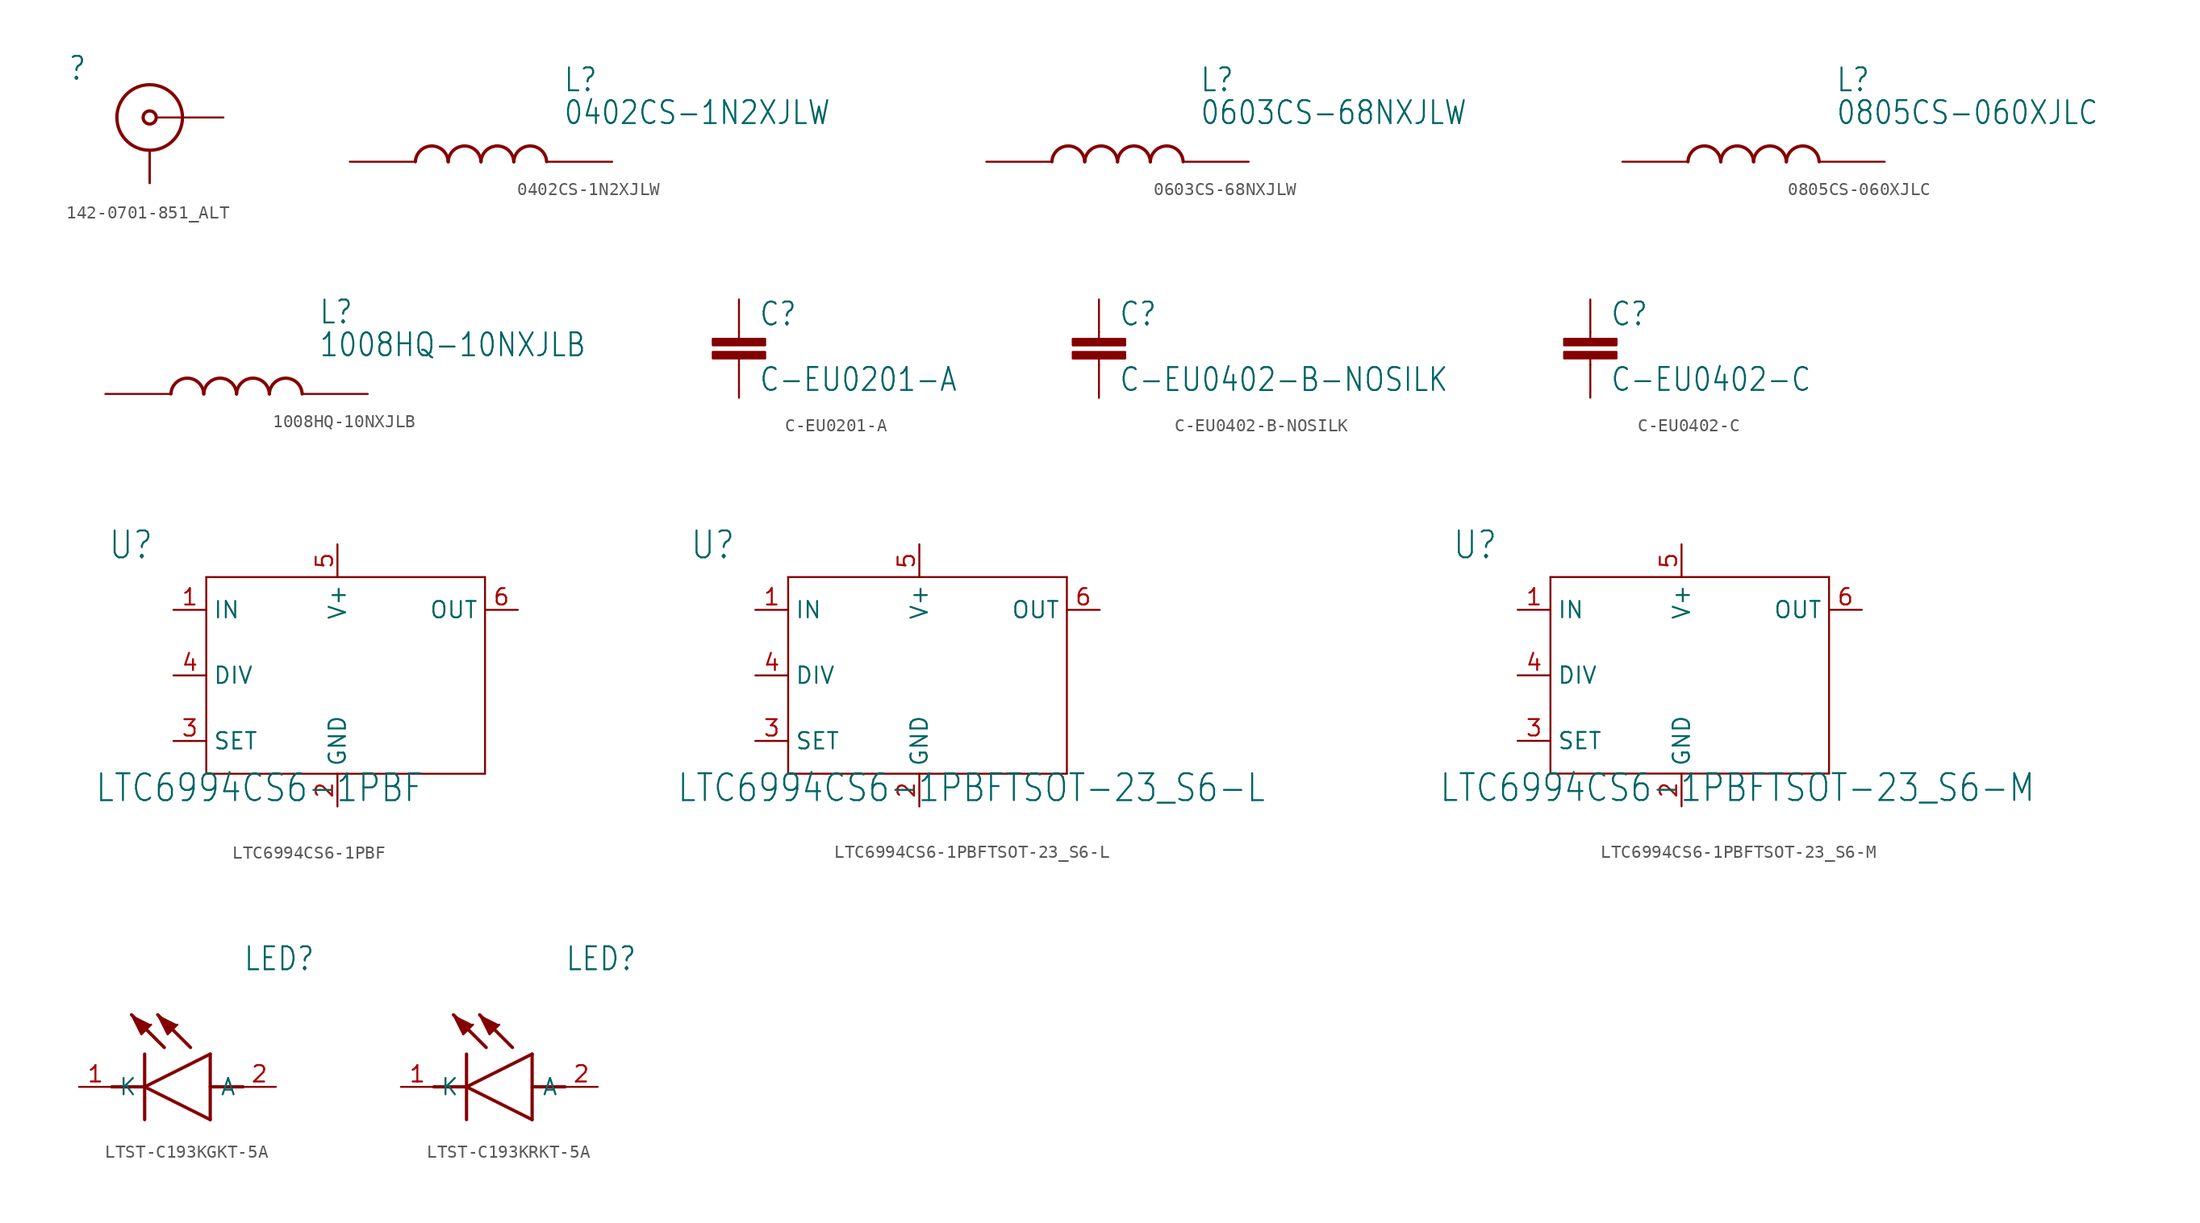
<source format=kicad_sym>
(kicad_symbol_lib
  (version 20211014)
  (generator kicad_symbol_editor)
  (symbol "142-0701-851_ALT"
    (property "Reference" ""
      (at -6.35 3.81 0)
      (effects (font (size 1.778 1.511)) (justify left)))
    (property "ki_locked" ""
      (at 0 0 0)
      (effects (font (size 1.27 1.27))))
    (symbol "142-0701-851_ALT_1_0"
      (circle (center 0 0) (radius 0.508) (stroke (width 0.254) (type default) (color 0 0 0 0)) (fill (type none)))
      (circle (center 0 0) (radius 2.54) (stroke (width 0.254) (type default) (color 0 0 0 0)) (fill (type none)))
      (pin bidirectional line (at 0 -5.08 90) (length 2.54) (name "GND" (effects (font (size 0 0)))) (number "GND1" (effects (font (size 0 0)))))
      (pin bidirectional line (at 0 -5.08 90) (length 2.54) (name "GND" (effects (font (size 0 0)))) (number "GND2" (effects (font (size 0 0)))))
      (pin bidirectional line (at 0 -5.08 90) (length 2.54) (name "GND" (effects (font (size 0 0)))) (number "GND3" (effects (font (size 0 0)))))
      (pin bidirectional line (at 0 -5.08 90) (length 2.54) (name "GND" (effects (font (size 0 0)))) (number "GND4" (effects (font (size 0 0)))))
      (pin bidirectional line (at 5.715 0 180) (length 5.08) (name "CTR" (effects (font (size 0 0)))) (number "RF1" (effects (font (size 0 0)))))))
  (symbol "0402CS-1N2XJLW"
    (property "Reference" "L"
      (at 16.51 6.35 0)
      (effects (font (size 1.778 1.511)) (justify left)))
    (property "Value" "0402CS-1N2XJLW"
      (at 16.51 3.81 0)
      (effects (font (size 1.778 1.511)) (justify left)))
    (property "ki_locked" ""
      (at 0 0 0)
      (effects (font (size 1.27 1.27))))
    (symbol "0402CS-1N2XJLW_1_0"
      (arc (start 7.62 0) (mid 6.35 1.22) (end 5.08 0) (stroke (width 0.254) (type default) (color 0 0 0 0)) (fill (type none)))
      (arc (start 10.16 0) (mid 8.89 1.22) (end 7.62 0) (stroke (width 0.254) (type default) (color 0 0 0 0)) (fill (type none)))
      (arc (start 12.7 0) (mid 11.43 1.22) (end 10.16 0) (stroke (width 0.254) (type default) (color 0 0 0 0)) (fill (type none)))
      (arc (start 15.24 0) (mid 13.97 1.22) (end 12.7 0) (stroke (width 0.254) (type default) (color 0 0 0 0)) (fill (type none)))
      (pin bidirectional line (at 0 0 0) (length 5.08) (name "1" (effects (font (size 0 0)))) (number "1" (effects (font (size 0 0)))))
      (pin bidirectional line (at 20.32 0 180) (length 5.08) (name "2" (effects (font (size 0 0)))) (number "2" (effects (font (size 0 0)))))))
  (symbol "0603CS-68NXJLW"
    (property "Reference" "L"
      (at 16.51 6.35 0)
      (effects (font (size 1.778 1.511)) (justify left)))
    (property "Value" "0603CS-68NXJLW"
      (at 16.51 3.81 0)
      (effects (font (size 1.778 1.511)) (justify left)))
    (property "ki_locked" ""
      (at 0 0 0)
      (effects (font (size 1.27 1.27))))
    (symbol "0603CS-68NXJLW_1_0"
      (arc (start 7.62 0) (mid 6.35 1.22) (end 5.08 0) (stroke (width 0.254) (type default) (color 0 0 0 0)) (fill (type none)))
      (arc (start 10.16 0) (mid 8.89 1.22) (end 7.62 0) (stroke (width 0.254) (type default) (color 0 0 0 0)) (fill (type none)))
      (arc (start 12.7 0) (mid 11.43 1.22) (end 10.16 0) (stroke (width 0.254) (type default) (color 0 0 0 0)) (fill (type none)))
      (arc (start 15.24 0) (mid 13.97 1.22) (end 12.7 0) (stroke (width 0.254) (type default) (color 0 0 0 0)) (fill (type none)))
      (pin bidirectional line (at 0 0 0) (length 5.08) (name "1" (effects (font (size 0 0)))) (number "1" (effects (font (size 0 0)))))
      (pin bidirectional line (at 20.32 0 180) (length 5.08) (name "2" (effects (font (size 0 0)))) (number "2" (effects (font (size 0 0)))))))
  (symbol "0805CS-060XJLC"
    (property "Reference" "L"
      (at 16.51 6.35 0)
      (effects (font (size 1.778 1.511)) (justify left)))
    (property "Value" "0805CS-060XJLC"
      (at 16.51 3.81 0)
      (effects (font (size 1.778 1.511)) (justify left)))
    (property "ki_locked" ""
      (at 0 0 0)
      (effects (font (size 1.27 1.27))))
    (symbol "0805CS-060XJLC_1_0"
      (arc (start 7.62 0) (mid 6.35 1.22) (end 5.08 0) (stroke (width 0.254) (type default) (color 0 0 0 0)) (fill (type none)))
      (arc (start 10.16 0) (mid 8.89 1.22) (end 7.62 0) (stroke (width 0.254) (type default) (color 0 0 0 0)) (fill (type none)))
      (arc (start 12.7 0) (mid 11.43 1.22) (end 10.16 0) (stroke (width 0.254) (type default) (color 0 0 0 0)) (fill (type none)))
      (arc (start 15.24 0) (mid 13.97 1.22) (end 12.7 0) (stroke (width 0.254) (type default) (color 0 0 0 0)) (fill (type none)))
      (pin bidirectional line (at 0 0 0) (length 5.08) (name "1" (effects (font (size 0 0)))) (number "1" (effects (font (size 0 0)))))
      (pin bidirectional line (at 20.32 0 180) (length 5.08) (name "2" (effects (font (size 0 0)))) (number "2" (effects (font (size 0 0)))))))
  (symbol "1008HQ-10NXJLB"
    (property "Reference" "L"
      (at 16.51 6.35 0)
      (effects (font (size 1.778 1.511)) (justify left)))
    (property "Value" "1008HQ-10NXJLB"
      (at 16.51 3.81 0)
      (effects (font (size 1.778 1.511)) (justify left)))
    (property "ki_locked" ""
      (at 0 0 0)
      (effects (font (size 1.27 1.27))))
    (symbol "1008HQ-10NXJLB_1_0"
      (arc (start 7.62 0) (mid 6.35 1.22) (end 5.08 0) (stroke (width 0.254) (type default) (color 0 0 0 0)) (fill (type none)))
      (arc (start 10.16 0) (mid 8.89 1.22) (end 7.62 0) (stroke (width 0.254) (type default) (color 0 0 0 0)) (fill (type none)))
      (arc (start 12.7 0) (mid 11.43 1.22) (end 10.16 0) (stroke (width 0.254) (type default) (color 0 0 0 0)) (fill (type none)))
      (arc (start 15.24 0) (mid 13.97 1.22) (end 12.7 0) (stroke (width 0.254) (type default) (color 0 0 0 0)) (fill (type none)))
      (pin bidirectional line (at 0 0 0) (length 5.08) (name "1" (effects (font (size 0 0)))) (number "1" (effects (font (size 0 0)))))
      (pin bidirectional line (at 20.32 0 180) (length 5.08) (name "2" (effects (font (size 0 0)))) (number "2" (effects (font (size 0 0)))))))
  (symbol "C-EU0201-A"
    (property "Reference" "C"
      (at 1.524 0.381 0)
      (effects (font (size 1.778 1.511)) (justify left bottom)))
    (property "Value" "C-EU0201-A"
      (at 1.524 -4.699 0)
      (effects (font (size 1.778 1.511)) (justify left bottom)))
    (property "ki_locked" ""
      (at 0 0 0)
      (effects (font (size 1.27 1.27))))
    (symbol "C-EU0201-A_1_0"
      (rectangle (start -2.032 -2.032) (end 2.032 -1.524) (stroke (width 0) (type default) (color 0 0 0 0)) (fill (type outline)))
      (rectangle (start -2.032 -1.016) (end 2.032 -0.508) (stroke (width 0) (type default) (color 0 0 0 0)) (fill (type outline)))
      (polyline (pts (xy 0 -2.54) (xy 0 -2.032)) (stroke (width 0.152) (type default) (color 0 0 0 0)) (fill (type none)))
      (polyline (pts (xy 0 0) (xy 0 -0.508)) (stroke (width 0.152) (type default) (color 0 0 0 0)) (fill (type none)))
      (pin passive line (at 0 2.54 270) (length 2.54) (name "1" (effects (font (size 0 0)))) (number "1" (effects (font (size 0 0)))))
      (pin passive line (at 0 -5.08 90) (length 2.54) (name "2" (effects (font (size 0 0)))) (number "2" (effects (font (size 0 0)))))))
  (symbol "C-EU0402-B-NOSILK"
    (property "Reference" "C"
      (at 1.524 0.381 0)
      (effects (font (size 1.778 1.511)) (justify left bottom)))
    (property "Value" "C-EU0402-B-NOSILK"
      (at 1.524 -4.699 0)
      (effects (font (size 1.778 1.511)) (justify left bottom)))
    (property "ki_locked" ""
      (at 0 0 0)
      (effects (font (size 1.27 1.27))))
    (symbol "C-EU0402-B-NOSILK_1_0"
      (rectangle (start -2.032 -2.032) (end 2.032 -1.524) (stroke (width 0) (type default) (color 0 0 0 0)) (fill (type outline)))
      (rectangle (start -2.032 -1.016) (end 2.032 -0.508) (stroke (width 0) (type default) (color 0 0 0 0)) (fill (type outline)))
      (polyline (pts (xy 0 -2.54) (xy 0 -2.032)) (stroke (width 0.152) (type default) (color 0 0 0 0)) (fill (type none)))
      (polyline (pts (xy 0 0) (xy 0 -0.508)) (stroke (width 0.152) (type default) (color 0 0 0 0)) (fill (type none)))
      (pin passive line (at 0 2.54 270) (length 2.54) (name "1" (effects (font (size 0 0)))) (number "1" (effects (font (size 0 0)))))
      (pin passive line (at 0 -5.08 90) (length 2.54) (name "2" (effects (font (size 0 0)))) (number "2" (effects (font (size 0 0)))))))
  (symbol "C-EU0402-C"
    (property "Reference" "C"
      (at 1.524 0.381 0)
      (effects (font (size 1.778 1.511)) (justify left bottom)))
    (property "Value" "C-EU0402-C"
      (at 1.524 -4.699 0)
      (effects (font (size 1.778 1.511)) (justify left bottom)))
    (property "ki_locked" ""
      (at 0 0 0)
      (effects (font (size 1.27 1.27))))
    (symbol "C-EU0402-C_1_0"
      (rectangle (start -2.032 -2.032) (end 2.032 -1.524) (stroke (width 0) (type default) (color 0 0 0 0)) (fill (type outline)))
      (rectangle (start -2.032 -1.016) (end 2.032 -0.508) (stroke (width 0) (type default) (color 0 0 0 0)) (fill (type outline)))
      (polyline (pts (xy 0 -2.54) (xy 0 -2.032)) (stroke (width 0.152) (type default) (color 0 0 0 0)) (fill (type none)))
      (polyline (pts (xy 0 0) (xy 0 -0.508)) (stroke (width 0.152) (type default) (color 0 0 0 0)) (fill (type none)))
      (pin passive line (at 0 2.54 270) (length 2.54) (name "1" (effects (font (size 0 0)))) (number "1" (effects (font (size 0 0)))))
      (pin passive line (at 0 -5.08 90) (length 2.54) (name "2" (effects (font (size 0 0)))) (number "2" (effects (font (size 0 0)))))))
  (symbol "LTC6994CS6-1PBF"
    (property "Reference" "U"
      (at -17.78 8.89 0)
      (effects (font (size 2.083 1.77)) (justify left bottom)))
    (property "Value" "LTC6994CS6-1PBF"
      (at -18.821 -9.931 0)
      (effects (font (size 2.083 1.77)) (justify left bottom)))
    (property "ki_locked" ""
      (at 0 0 0)
      (effects (font (size 1.27 1.27))))
    (symbol "LTC6994CS6-1PBF_1_0"
      (polyline (pts (xy -10.16 -7.62) (xy 11.43 -7.62)) (stroke (width 0.152) (type default) (color 0 0 0 0)) (fill (type none)))
      (polyline (pts (xy -10.16 7.62) (xy -10.16 -7.62)) (stroke (width 0.152) (type default) (color 0 0 0 0)) (fill (type none)))
      (polyline (pts (xy 11.43 -7.62) (xy 11.43 7.62)) (stroke (width 0.152) (type default) (color 0 0 0 0)) (fill (type none)))
      (polyline (pts (xy 11.43 7.62) (xy -10.16 7.62)) (stroke (width 0.152) (type default) (color 0 0 0 0)) (fill (type none)))
      (pin input line (at -12.7 5.08 0) (length 2.54) (name "IN" (effects (font (size 1.27 1.27)))) (number "1" (effects (font (size 1.27 1.27)))))
      (pin power_in line (at 0 -10.16 90) (length 2.54) (name "GND" (effects (font (size 1.27 1.27)))) (number "2" (effects (font (size 1.27 1.27)))))
      (pin input line (at -12.7 -5.08 0) (length 2.54) (name "SET" (effects (font (size 1.27 1.27)))) (number "3" (effects (font (size 1.27 1.27)))))
      (pin input line (at -12.7 0 0) (length 2.54) (name "DIV" (effects (font (size 1.27 1.27)))) (number "4" (effects (font (size 1.27 1.27)))))
      (pin power_in line (at 0 10.16 270) (length 2.54) (name "V+" (effects (font (size 1.27 1.27)))) (number "5" (effects (font (size 1.27 1.27)))))
      (pin output line (at 13.97 5.08 180) (length 2.54) (name "OUT" (effects (font (size 1.27 1.27)))) (number "6" (effects (font (size 1.27 1.27)))))))
  (symbol "LTC6994CS6-1PBFTSOT-23_S6-L"
    (property "Reference" "U"
      (at -17.78 8.89 0)
      (effects (font (size 2.083 1.77)) (justify left bottom)))
    (property "Value" "LTC6994CS6-1PBFTSOT-23_S6-L"
      (at -18.821 -9.931 0)
      (effects (font (size 2.083 1.77)) (justify left bottom)))
    (property "ki_locked" ""
      (at 0 0 0)
      (effects (font (size 1.27 1.27))))
    (symbol "LTC6994CS6-1PBFTSOT-23_S6-L_1_0"
      (polyline (pts (xy -10.16 -7.62) (xy 11.43 -7.62)) (stroke (width 0.152) (type default) (color 0 0 0 0)) (fill (type none)))
      (polyline (pts (xy -10.16 7.62) (xy -10.16 -7.62)) (stroke (width 0.152) (type default) (color 0 0 0 0)) (fill (type none)))
      (polyline (pts (xy 11.43 -7.62) (xy 11.43 7.62)) (stroke (width 0.152) (type default) (color 0 0 0 0)) (fill (type none)))
      (polyline (pts (xy 11.43 7.62) (xy -10.16 7.62)) (stroke (width 0.152) (type default) (color 0 0 0 0)) (fill (type none)))
      (pin input line (at -12.7 5.08 0) (length 2.54) (name "IN" (effects (font (size 1.27 1.27)))) (number "1" (effects (font (size 1.27 1.27)))))
      (pin power_in line (at 0 -10.16 90) (length 2.54) (name "GND" (effects (font (size 1.27 1.27)))) (number "2" (effects (font (size 1.27 1.27)))))
      (pin input line (at -12.7 -5.08 0) (length 2.54) (name "SET" (effects (font (size 1.27 1.27)))) (number "3" (effects (font (size 1.27 1.27)))))
      (pin input line (at -12.7 0 0) (length 2.54) (name "DIV" (effects (font (size 1.27 1.27)))) (number "4" (effects (font (size 1.27 1.27)))))
      (pin power_in line (at 0 10.16 270) (length 2.54) (name "V+" (effects (font (size 1.27 1.27)))) (number "5" (effects (font (size 1.27 1.27)))))
      (pin output line (at 13.97 5.08 180) (length 2.54) (name "OUT" (effects (font (size 1.27 1.27)))) (number "6" (effects (font (size 1.27 1.27)))))))
  (symbol "LTC6994CS6-1PBFTSOT-23_S6-M"
    (property "Reference" "U"
      (at -17.78 8.89 0)
      (effects (font (size 2.083 1.77)) (justify left bottom)))
    (property "Value" "LTC6994CS6-1PBFTSOT-23_S6-M"
      (at -18.821 -9.931 0)
      (effects (font (size 2.083 1.77)) (justify left bottom)))
    (property "ki_locked" ""
      (at 0 0 0)
      (effects (font (size 1.27 1.27))))
    (symbol "LTC6994CS6-1PBFTSOT-23_S6-M_1_0"
      (polyline (pts (xy -10.16 -7.62) (xy 11.43 -7.62)) (stroke (width 0.152) (type default) (color 0 0 0 0)) (fill (type none)))
      (polyline (pts (xy -10.16 7.62) (xy -10.16 -7.62)) (stroke (width 0.152) (type default) (color 0 0 0 0)) (fill (type none)))
      (polyline (pts (xy 11.43 -7.62) (xy 11.43 7.62)) (stroke (width 0.152) (type default) (color 0 0 0 0)) (fill (type none)))
      (polyline (pts (xy 11.43 7.62) (xy -10.16 7.62)) (stroke (width 0.152) (type default) (color 0 0 0 0)) (fill (type none)))
      (pin input line (at -12.7 5.08 0) (length 2.54) (name "IN" (effects (font (size 1.27 1.27)))) (number "1" (effects (font (size 1.27 1.27)))))
      (pin power_in line (at 0 -10.16 90) (length 2.54) (name "GND" (effects (font (size 1.27 1.27)))) (number "2" (effects (font (size 1.27 1.27)))))
      (pin input line (at -12.7 -5.08 0) (length 2.54) (name "SET" (effects (font (size 1.27 1.27)))) (number "3" (effects (font (size 1.27 1.27)))))
      (pin input line (at -12.7 0 0) (length 2.54) (name "DIV" (effects (font (size 1.27 1.27)))) (number "4" (effects (font (size 1.27 1.27)))))
      (pin power_in line (at 0 10.16 270) (length 2.54) (name "V+" (effects (font (size 1.27 1.27)))) (number "5" (effects (font (size 1.27 1.27)))))
      (pin output line (at 13.97 5.08 180) (length 2.54) (name "OUT" (effects (font (size 1.27 1.27)))) (number "6" (effects (font (size 1.27 1.27)))))))
  (symbol "LTST-C193KGKT-5A"
    (property "Reference" "LED"
      (at 12.7 8.89 0)
      (effects (font (size 1.778 1.511)) (justify left bottom)))
    (property "ki_locked" ""
      (at 0 0 0)
      (effects (font (size 1.27 1.27))))
    (symbol "LTST-C193KGKT-5A_1_0"
      (polyline (pts (xy 2.54 0) (xy 5.08 0)) (stroke (width 0.254) (type default) (color 0 0 0 0)) (fill (type none)))
      (polyline (pts (xy 5.08 0) (xy 10.16 2.54)) (stroke (width 0.254) (type default) (color 0 0 0 0)) (fill (type none)))
      (polyline (pts (xy 5.08 2.54) (xy 5.08 -2.54)) (stroke (width 0.254) (type default) (color 0 0 0 0)) (fill (type none)))
      (polyline (pts (xy 6.604 3.048) (xy 4.064 5.588)) (stroke (width 0.254) (type default) (color 0 0 0 0)) (fill (type none)))
      (polyline (pts (xy 8.636 3.048) (xy 6.096 5.588)) (stroke (width 0.254) (type default) (color 0 0 0 0)) (fill (type none)))
      (polyline (pts (xy 10.16 -2.54) (xy 5.08 0)) (stroke (width 0.254) (type default) (color 0 0 0 0)) (fill (type none)))
      (polyline (pts (xy 10.16 -2.54) (xy 10.16 2.54)) (stroke (width 0.254) (type default) (color 0 0 0 0)) (fill (type none)))
      (polyline (pts (xy 10.16 0) (xy 12.7 0)) (stroke (width 0.254) (type default) (color 0 0 0 0)) (fill (type none)))
      (polyline (pts (xy 5.588 4.826) (xy 4.826 4.064) (xy 4.064 5.588)) (stroke (width 0) (type default) (color 0 0 0 0)) (fill (type outline)))
      (polyline (pts (xy 7.62 4.826) (xy 6.858 4.064) (xy 6.096 5.588)) (stroke (width 0) (type default) (color 0 0 0 0)) (fill (type outline)))
      (pin bidirectional line (at 0 0 0) (length 2.54) (name "K" (effects (font (size 1.27 1.27)))) (number "1" (effects (font (size 1.27 1.27)))))
      (pin bidirectional line (at 15.24 0 180) (length 2.54) (name "A" (effects (font (size 1.27 1.27)))) (number "2" (effects (font (size 1.27 1.27)))))))
  (symbol "LTST-C193KRKT-5A"
    (property "Reference" "LED"
      (at 12.7 8.89 0)
      (effects (font (size 1.778 1.511)) (justify left bottom)))
    (property "ki_locked" ""
      (at 0 0 0)
      (effects (font (size 1.27 1.27))))
    (symbol "LTST-C193KRKT-5A_1_0"
      (polyline (pts (xy 2.54 0) (xy 5.08 0)) (stroke (width 0.254) (type default) (color 0 0 0 0)) (fill (type none)))
      (polyline (pts (xy 5.08 0) (xy 10.16 2.54)) (stroke (width 0.254) (type default) (color 0 0 0 0)) (fill (type none)))
      (polyline (pts (xy 5.08 2.54) (xy 5.08 -2.54)) (stroke (width 0.254) (type default) (color 0 0 0 0)) (fill (type none)))
      (polyline (pts (xy 6.604 3.048) (xy 4.064 5.588)) (stroke (width 0.254) (type default) (color 0 0 0 0)) (fill (type none)))
      (polyline (pts (xy 8.636 3.048) (xy 6.096 5.588)) (stroke (width 0.254) (type default) (color 0 0 0 0)) (fill (type none)))
      (polyline (pts (xy 10.16 -2.54) (xy 5.08 0)) (stroke (width 0.254) (type default) (color 0 0 0 0)) (fill (type none)))
      (polyline (pts (xy 10.16 -2.54) (xy 10.16 2.54)) (stroke (width 0.254) (type default) (color 0 0 0 0)) (fill (type none)))
      (polyline (pts (xy 10.16 0) (xy 12.7 0)) (stroke (width 0.254) (type default) (color 0 0 0 0)) (fill (type none)))
      (polyline (pts (xy 5.588 4.826) (xy 4.826 4.064) (xy 4.064 5.588)) (stroke (width 0) (type default) (color 0 0 0 0)) (fill (type outline)))
      (polyline (pts (xy 7.62 4.826) (xy 6.858 4.064) (xy 6.096 5.588)) (stroke (width 0) (type default) (color 0 0 0 0)) (fill (type outline)))
      (pin bidirectional line (at 0 0 0) (length 2.54) (name "K" (effects (font (size 1.27 1.27)))) (number "1" (effects (font (size 1.27 1.27)))))
      (pin bidirectional line (at 15.24 0 180) (length 2.54) (name "A" (effects (font (size 1.27 1.27)))) (number "2" (effects (font (size 1.27 1.27))))))))
</source>
